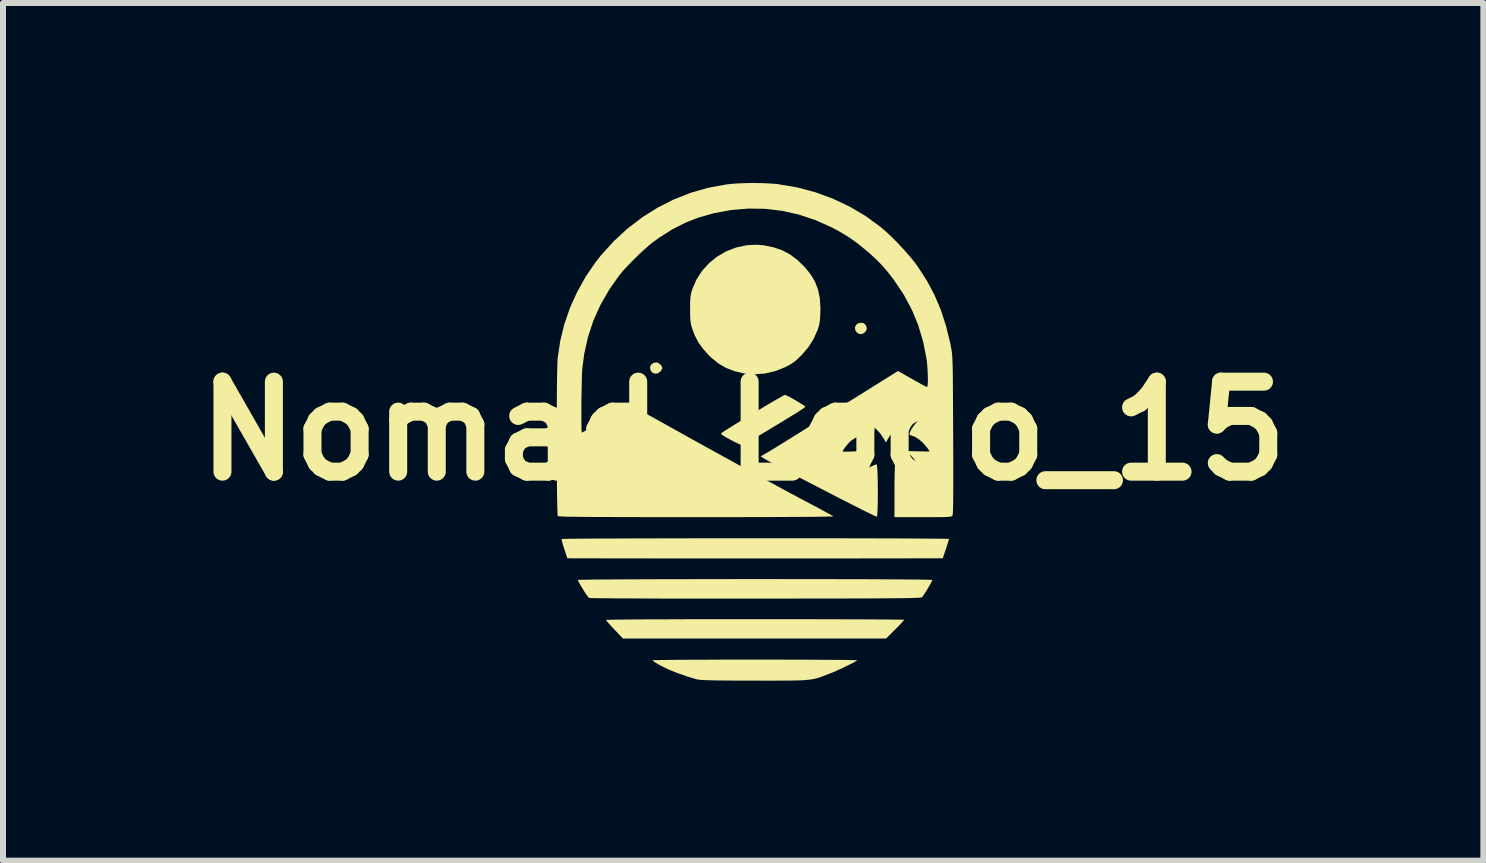
<source format=kicad_pcb>
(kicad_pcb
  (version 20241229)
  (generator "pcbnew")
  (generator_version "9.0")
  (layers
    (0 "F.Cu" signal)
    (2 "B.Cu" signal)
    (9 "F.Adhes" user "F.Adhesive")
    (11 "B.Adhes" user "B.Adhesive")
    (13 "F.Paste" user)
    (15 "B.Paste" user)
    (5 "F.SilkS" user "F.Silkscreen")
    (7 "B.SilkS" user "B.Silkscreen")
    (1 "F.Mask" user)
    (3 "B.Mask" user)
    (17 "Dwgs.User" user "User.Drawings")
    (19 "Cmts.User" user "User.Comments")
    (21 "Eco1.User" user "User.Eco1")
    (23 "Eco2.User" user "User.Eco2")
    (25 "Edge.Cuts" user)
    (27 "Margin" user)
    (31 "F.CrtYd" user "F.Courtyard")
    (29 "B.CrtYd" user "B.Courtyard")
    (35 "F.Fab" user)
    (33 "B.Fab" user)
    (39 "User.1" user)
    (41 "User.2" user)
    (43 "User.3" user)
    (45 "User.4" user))
  (footprint "Nomad_Logo_15"
    (layer "F.Cu")
    (at 9.336 4.132)
    (property "Reference" "Nomad_Logo_15" (at 0 0 0) (layer "F.SilkS") (effects (font (size 1.5 1.5) (thickness 0.3))))
    (attr board_only exclude_from_pos_files exclude_from_bom)
    (fp_poly (pts (xy 2.004 -1.797) (xy 2.033 -1.775) (xy 2.05 -1.749) (xy 2.059 -1.705) (xy 2.044 -1.662) (xy 2.011 -1.629) (xy 1.965 -1.613) (xy 1.953 -1.612) (xy 1.923 -1.622) (xy 1.893 -1.642) (xy 1.866 -1.684) (xy 1.863 -1.728) (xy 1.881 -1.768) (xy 1.918 -1.795) (xy 1.958 -1.803)) (stroke (width 0) (type solid)) (fill yes) (layer "F.SilkS"))
    (fp_poly (pts (xy -1.413 -1.132) (xy -1.377 -1.103) (xy -1.353 -1.069) (xy -1.348 -1.048) (xy -1.357 -1.025) (xy -1.377 -0.993) (xy -1.379 -0.991) (xy -1.42 -0.96) (xy -1.467 -0.954) (xy -1.513 -0.972) (xy -1.524 -0.982) (xy -1.55 -1.025) (xy -1.552 -1.069) (xy -1.532 -1.108) (xy -1.493 -1.135) (xy -1.449 -1.143)) (stroke (width 0) (type solid)) (fill yes) (layer "F.SilkS"))
    (fp_poly (pts (xy 0.465 3.137) (xy 0.725 3.137) (xy 0.975 3.137) (xy 1.214 3.138) (xy 1.44 3.138) (xy 1.652 3.139) (xy 1.849 3.139) (xy 2.029 3.14) (xy 2.19 3.141) (xy 2.331 3.142) (xy 2.45 3.143) (xy 2.547 3.144) (xy 2.618 3.145) (xy 2.664 3.146) (xy 2.682 3.148) (xy 2.682 3.148) (xy 2.672 3.162) (xy 2.645 3.192) (xy 2.605 3.235) (xy 2.554 3.287) (xy 2.532 3.309) (xy 2.381 3.459) (xy 0.188 3.459) (xy -2.005 3.459) (xy -2.146 3.311) (xy -2.197 3.256) (xy -2.239 3.209) (xy -2.27 3.173) (xy -2.285 3.152) (xy -2.286 3.15) (xy -2.272 3.148) (xy -2.229 3.147) (xy -2.16 3.145) (xy -2.064 3.144) (xy -1.944 3.143) (xy -1.8 3.141) (xy -1.633 3.14) (xy -1.445 3.139) (xy -1.237 3.139) (xy -1.01 3.138) (xy -0.765 3.137) (xy -0.503 3.137) (xy -0.226 3.137) (xy 0.066 3.137) (xy 0.198 3.137)) (stroke (width 0) (type solid)) (fill yes) (layer "F.SilkS"))
    (fp_poly (pts (xy 0.716 -0.594) (xy 0.754 -0.575) (xy 0.804 -0.549) (xy 0.86 -0.517) (xy 0.917 -0.484) (xy 0.968 -0.452) (xy 1.009 -0.426) (xy 1.032 -0.408) (xy 1.035 -0.403) (xy 1.023 -0.391) (xy 0.989 -0.367) (xy 0.939 -0.334) (xy 0.878 -0.294) (xy 0.843 -0.273) (xy 0.734 -0.207) (xy 0.623 -0.139) (xy 0.512 -0.072) (xy 0.405 -0.007) (xy 0.304 0.053) (xy 0.213 0.108) (xy 0.135 0.155) (xy 0.073 0.193) (xy 0.029 0.218) (xy 0.007 0.231) (xy 0.007 0.231) (xy -0.009 0.236) (xy -0.032 0.233) (xy -0.065 0.221) (xy -0.114 0.198) (xy -0.182 0.163) (xy -0.204 0.151) (xy -0.276 0.112) (xy -0.326 0.083) (xy -0.355 0.063) (xy -0.367 0.049) (xy -0.366 0.039) (xy -0.364 0.037) (xy -0.343 0.021) (xy -0.3 -0.007) (xy -0.24 -0.045) (xy -0.165 -0.092) (xy -0.079 -0.145) (xy 0.016 -0.203) (xy 0.115 -0.263) (xy 0.216 -0.323) (xy 0.315 -0.383) (xy 0.409 -0.439) (xy 0.495 -0.49) (xy 0.57 -0.533) (xy 0.63 -0.567) (xy 0.673 -0.591) (xy 0.694 -0.601) (xy 0.696 -0.601)) (stroke (width 0) (type solid)) (fill yes) (layer "F.SilkS"))
    (fp_poly (pts (xy 0.344 -3.093) (xy 0.507 -3.06) (xy 0.65 -3.011) (xy 0.78 -2.942) (xy 0.902 -2.85) (xy 1.017 -2.74) (xy 1.117 -2.619) (xy 1.193 -2.495) (xy 1.245 -2.363) (xy 1.276 -2.218) (xy 1.287 -2.056) (xy 1.286 -1.979) (xy 1.282 -1.892) (xy 1.276 -1.825) (xy 1.266 -1.769) (xy 1.251 -1.716) (xy 1.241 -1.686) (xy 1.173 -1.532) (xy 1.084 -1.393) (xy 0.97 -1.261) (xy 0.96 -1.251) (xy 0.895 -1.189) (xy 0.839 -1.143) (xy 0.78 -1.105) (xy 0.71 -1.068) (xy 0.702 -1.064) (xy 0.533 -0.997) (xy 0.36 -0.957) (xy 0.187 -0.944) (xy 0.017 -0.958) (xy 0.012 -0.959) (xy -0.145 -0.996) (xy -0.283 -1.049) (xy -0.408 -1.121) (xy -0.527 -1.217) (xy -0.572 -1.26) (xy -0.672 -1.371) (xy -0.75 -1.48) (xy -0.81 -1.598) (xy -0.846 -1.693) (xy -0.861 -1.742) (xy -0.872 -1.786) (xy -0.879 -1.831) (xy -0.883 -1.885) (xy -0.885 -1.955) (xy -0.885 -2.03) (xy -0.885 -2.118) (xy -0.883 -2.184) (xy -0.879 -2.236) (xy -0.872 -2.279) (xy -0.861 -2.322) (xy -0.846 -2.368) (xy -0.779 -2.524) (xy -0.686 -2.667) (xy -0.571 -2.795) (xy -0.437 -2.904) (xy -0.286 -2.992) (xy -0.286 -2.992) (xy -0.116 -3.058) (xy 0.057 -3.095) (xy 0.23 -3.104)) (stroke (width 0) (type solid)) (fill yes) (layer "F.SilkS"))
    (fp_poly (pts (xy 0.42 3.811) (xy 0.632 3.811) (xy 0.835 3.812) (xy 1.025 3.812) (xy 1.201 3.813) (xy 1.362 3.814) (xy 1.505 3.815) (xy 1.629 3.816) (xy 1.732 3.817) (xy 1.812 3.819) (xy 1.867 3.82) (xy 1.896 3.821) (xy 1.9 3.822) (xy 1.883 3.835) (xy 1.844 3.857) (xy 1.788 3.886) (xy 1.72 3.919) (xy 1.646 3.955) (xy 1.571 3.989) (xy 1.499 4.021) (xy 1.443 4.043) (xy 1.383 4.067) (xy 1.331 4.087) (xy 1.283 4.105) (xy 1.237 4.119) (xy 1.189 4.131) (xy 1.139 4.14) (xy 1.082 4.147) (xy 1.015 4.153) (xy 0.937 4.157) (xy 0.845 4.159) (xy 0.735 4.161) (xy 0.606 4.161) (xy 0.454 4.162) (xy 0.277 4.161) (xy 0.181 4.161) (xy -0.009 4.161) (xy -0.172 4.16) (xy -0.31 4.159) (xy -0.425 4.158) (xy -0.52 4.156) (xy -0.597 4.154) (xy -0.658 4.152) (xy -0.705 4.149) (xy -0.74 4.145) (xy -0.766 4.141) (xy -0.777 4.139) (xy -0.949 4.087) (xy -1.122 4.025) (xy -1.224 3.983) (xy -1.298 3.949) (xy -1.369 3.914) (xy -1.43 3.88) (xy -1.476 3.852) (xy -1.504 3.831) (xy -1.51 3.822) (xy -1.495 3.821) (xy -1.453 3.819) (xy -1.386 3.818) (xy -1.295 3.817) (xy -1.181 3.815) (xy -1.047 3.814) (xy -0.895 3.813) (xy -0.727 3.813) (xy -0.543 3.812) (xy -0.347 3.811) (xy -0.139 3.811) (xy 0.077 3.811) (xy 0.199 3.811)) (stroke (width 0) (type solid)) (fill yes) (layer "F.SilkS"))
    (fp_poly (pts (xy 0.573 2.469) (xy 0.919 2.47) (xy 1.238 2.47) (xy 1.529 2.47) (xy 1.793 2.471) (xy 2.032 2.471) (xy 2.246 2.472) (xy 2.435 2.473) (xy 2.6 2.474) (xy 2.742 2.475) (xy 2.862 2.476) (xy 2.96 2.477) (xy 3.037 2.479) (xy 3.094 2.48) (xy 3.131 2.482) (xy 3.149 2.484) (xy 3.151 2.485) (xy 3.144 2.505) (xy 3.124 2.542) (xy 3.097 2.59) (xy 3.065 2.644) (xy 3.033 2.695) (xy 3.005 2.738) (xy 2.984 2.766) (xy 2.981 2.77) (xy 2.976 2.773) (xy 2.965 2.775) (xy 2.948 2.778) (xy 2.922 2.78) (xy 2.888 2.781) (xy 2.843 2.783) (xy 2.787 2.785) (xy 2.717 2.786) (xy 2.634 2.787) (xy 2.536 2.788) (xy 2.421 2.789) (xy 2.288 2.79) (xy 2.137 2.791) (xy 1.966 2.792) (xy 1.773 2.792) (xy 1.558 2.793) (xy 1.32 2.793) (xy 1.056 2.793) (xy 0.767 2.794) (xy 0.45 2.794) (xy 0.207 2.794) (xy -0.122 2.794) (xy -0.435 2.794) (xy -0.73 2.794) (xy -1.006 2.794) (xy -1.264 2.794) (xy -1.501 2.793) (xy -1.717 2.792) (xy -1.91 2.791) (xy -2.081 2.791) (xy -2.227 2.789) (xy -2.349 2.788) (xy -2.445 2.787) (xy -2.515 2.786) (xy -2.556 2.784) (xy -2.569 2.783) (xy -2.585 2.766) (xy -2.611 2.73) (xy -2.644 2.682) (xy -2.678 2.627) (xy -2.71 2.574) (xy -2.736 2.527) (xy -2.752 2.494) (xy -2.755 2.484) (xy -2.741 2.482) (xy -2.698 2.48) (xy -2.626 2.479) (xy -2.527 2.477) (xy -2.4 2.476) (xy -2.247 2.475) (xy -2.068 2.474) (xy -1.864 2.473) (xy -1.634 2.472) (xy -1.38 2.471) (xy -1.102 2.471) (xy -0.801 2.47) (xy -0.477 2.47) (xy -0.131 2.469) (xy 0.198 2.469)) (stroke (width 0) (type solid)) (fill yes) (layer "F.SilkS"))
    (fp_poly (pts (xy 0.694 1.788) (xy 0.956 1.788) (xy 1.213 1.789) (xy 1.464 1.789) (xy 1.707 1.789) (xy 1.941 1.79) (xy 2.164 1.79) (xy 2.374 1.791) (xy 2.57 1.791) (xy 2.75 1.792) (xy 2.912 1.793) (xy 3.055 1.794) (xy 3.178 1.795) (xy 3.278 1.796) (xy 3.354 1.797) (xy 3.405 1.798) (xy 3.428 1.799) (xy 3.43 1.8) (xy 3.425 1.818) (xy 3.413 1.857) (xy 3.396 1.912) (xy 3.379 1.965) (xy 3.358 2.027) (xy 3.341 2.077) (xy 3.33 2.111) (xy 3.327 2.122) (xy 3.313 2.122) (xy 3.27 2.122) (xy 3.201 2.123) (xy 3.107 2.123) (xy 2.989 2.123) (xy 2.848 2.123) (xy 2.686 2.124) (xy 2.504 2.124) (xy 2.303 2.124) (xy 2.085 2.124) (xy 1.852 2.125) (xy 1.603 2.125) (xy 1.342 2.125) (xy 1.069 2.125) (xy 0.785 2.125) (xy 0.492 2.125) (xy 0.198 2.125) (xy -0.103 2.125) (xy -0.396 2.125) (xy -0.679 2.125) (xy -0.952 2.125) (xy -1.213 2.125) (xy -1.461 2.125) (xy -1.695 2.124) (xy -1.912 2.124) (xy -2.112 2.124) (xy -2.294 2.124) (xy -2.456 2.123) (xy -2.596 2.123) (xy -2.714 2.123) (xy -2.807 2.123) (xy -2.876 2.122) (xy -2.918 2.122) (xy -2.931 2.122) (xy -2.936 2.107) (xy -2.948 2.071) (xy -2.965 2.018) (xy -2.983 1.966) (xy -3.003 1.903) (xy -3.017 1.851) (xy -3.025 1.814) (xy -3.026 1.801) (xy -3.01 1.8) (xy -2.968 1.799) (xy -2.899 1.797) (xy -2.805 1.796) (xy -2.689 1.795) (xy -2.552 1.794) (xy -2.395 1.793) (xy -2.22 1.793) (xy -2.029 1.792) (xy -1.823 1.791) (xy -1.604 1.791) (xy -1.373 1.79) (xy -1.132 1.79) (xy -0.883 1.789) (xy -0.628 1.789) (xy -0.367 1.789) (xy -0.103 1.788) (xy 0.163 1.788) (xy 0.429 1.788)) (stroke (width 0) (type solid)) (fill yes) (layer "F.SilkS"))
    (fp_poly (pts (xy 0.291 -4.131) (xy 0.432 -4.125) (xy 0.556 -4.116) (xy 0.587 -4.112) (xy 0.898 -4.059) (xy 1.2 -3.979) (xy 1.492 -3.872) (xy 1.772 -3.74) (xy 2.038 -3.583) (xy 2.287 -3.401) (xy 2.295 -3.395) (xy 2.384 -3.318) (xy 2.484 -3.224) (xy 2.588 -3.118) (xy 2.69 -3.008) (xy 2.785 -2.899) (xy 2.867 -2.798) (xy 2.909 -2.74) (xy 3.059 -2.507) (xy 3.187 -2.268) (xy 3.293 -2.018) (xy 3.379 -1.754) (xy 3.449 -1.469) (xy 3.461 -1.407) (xy 3.467 -1.377) (xy 3.472 -1.349) (xy 3.476 -1.319) (xy 3.48 -1.286) (xy 3.483 -1.248) (xy 3.486 -1.204) (xy 3.488 -1.15) (xy 3.49 -1.085) (xy 3.492 -1.006) (xy 3.493 -0.913) (xy 3.494 -0.802) (xy 3.495 -0.672) (xy 3.496 -0.521) (xy 3.497 -0.347) (xy 3.498 -0.147) (xy 3.499 0.069) (xy 3.5 0.316) (xy 3.501 0.536) (xy 3.501 0.728) (xy 3.501 0.894) (xy 3.5 1.035) (xy 3.499 1.152) (xy 3.498 1.245) (xy 3.496 1.316) (xy 3.494 1.366) (xy 3.491 1.396) (xy 3.489 1.406) (xy 3.484 1.414) (xy 3.476 1.421) (xy 3.462 1.426) (xy 3.44 1.43) (xy 3.405 1.433) (xy 3.356 1.435) (xy 3.288 1.436) (xy 3.2 1.436) (xy 3.087 1.436) (xy 2.997 1.436) (xy 2.521 1.436) (xy 2.521 0.997) (xy 2.521 0.887) (xy 2.523 0.786) (xy 2.524 0.7) (xy 2.527 0.631) (xy 2.529 0.583) (xy 2.533 0.559) (xy 2.534 0.557) (xy 2.571 0.565) (xy 2.628 0.588) (xy 2.699 0.624) (xy 2.779 0.67) (xy 2.796 0.68) (xy 2.866 0.723) (xy 2.915 0.752) (xy 2.946 0.767) (xy 2.964 0.77) (xy 2.973 0.762) (xy 2.975 0.744) (xy 2.975 0.729) (xy 2.965 0.671) (xy 2.935 0.6) (xy 2.89 0.525) (xy 2.833 0.452) (xy 2.804 0.42) (xy 2.719 0.335) (xy 2.913 0.34) (xy 2.985 0.341) (xy 3.044 0.342) (xy 3.087 0.342) (xy 3.106 0.341) (xy 3.107 0.34) (xy 3.099 0.327) (xy 3.078 0.297) (xy 3.048 0.257) (xy 3.047 0.256) (xy 2.992 0.194) (xy 2.929 0.14) (xy 2.866 0.099) (xy 2.81 0.078) (xy 2.781 0.068) (xy 2.77 0.056) (xy 2.779 0.019) (xy 2.804 -0.03) (xy 2.839 -0.083) (xy 2.867 -0.117) (xy 2.923 -0.18) (xy 2.859 -0.169) (xy 2.727 -0.136) (xy 2.618 -0.086) (xy 2.525 -0.016) (xy 2.447 0.077) (xy 2.411 0.135) (xy 2.378 0.192) (xy 2.334 0.115) (xy 2.28 0.037) (xy 2.212 -0.035) (xy 2.137 -0.092) (xy 2.089 -0.119) (xy 2.045 -0.135) (xy 1.992 -0.151) (xy 1.94 -0.163) (xy 1.896 -0.17) (xy 1.869 -0.171) (xy 1.864 -0.169) (xy 1.869 -0.155) (xy 1.889 -0.128) (xy 1.903 -0.11) (xy 1.94 -0.063) (xy 1.973 -0.011) (xy 1.979 0.001) (xy 1.996 0.037) (xy 2 0.056) (xy 1.991 0.064) (xy 1.983 0.067) (xy 1.913 0.095) (xy 1.843 0.132) (xy 1.791 0.168) (xy 1.762 0.196) (xy 1.729 0.235) (xy 1.696 0.276) (xy 1.67 0.313) (xy 1.657 0.338) (xy 1.656 0.342) (xy 1.67 0.344) (xy 1.707 0.345) (xy 1.763 0.344) (xy 1.832 0.342) (xy 1.846 0.341) (xy 2.036 0.333) (xy 1.951 0.42) (xy 1.904 0.473) (xy 1.861 0.532) (xy 1.83 0.583) (xy 1.829 0.587) (xy 1.806 0.641) (xy 1.788 0.693) (xy 1.778 0.738) (xy 1.775 0.768) (xy 1.781 0.777) (xy 1.798 0.77) (xy 1.834 0.751) (xy 1.883 0.725) (xy 1.91 0.709) (xy 1.986 0.667) (xy 2.059 0.628) (xy 2.126 0.595) (xy 2.179 0.571) (xy 2.215 0.558) (xy 2.224 0.557) (xy 2.229 0.571) (xy 2.233 0.61) (xy 2.237 0.669) (xy 2.24 0.745) (xy 2.242 0.832) (xy 2.243 0.927) (xy 2.244 1.024) (xy 2.243 1.12) (xy 2.242 1.211) (xy 2.24 1.291) (xy 2.237 1.357) (xy 2.233 1.404) (xy 2.229 1.427) (xy 2.228 1.429) (xy 2.212 1.424) (xy 2.174 1.407) (xy 2.115 1.378) (xy 2.037 1.34) (xy 1.943 1.293) (xy 1.836 1.239) (xy 1.718 1.179) (xy 1.592 1.115) (xy 1.46 1.047) (xy 1.325 0.977) (xy 1.189 0.907) (xy 1.054 0.837) (xy 0.924 0.769) (xy 0.801 0.705) (xy 0.687 0.644) (xy 0.584 0.59) (xy 0.496 0.543) (xy 0.425 0.504) (xy 0.373 0.474) (xy 0.347 0.459) (xy 0.291 0.423) (xy 0.413 0.353) (xy 0.453 0.329) (xy 0.515 0.291) (xy 0.594 0.243) (xy 0.687 0.185) (xy 0.79 0.121) (xy 0.9 0.053) (xy 1.013 -0.018) (xy 1.019 -0.022) (xy 1.147 -0.102) (xy 1.293 -0.194) (xy 1.45 -0.293) (xy 1.613 -0.394) (xy 1.773 -0.495) (xy 1.925 -0.59) (xy 2.041 -0.662) (xy 2.579 -0.999) (xy 2.814 -0.866) (xy 2.889 -0.824) (xy 2.956 -0.787) (xy 3.01 -0.758) (xy 3.048 -0.739) (xy 3.063 -0.733) (xy 3.071 -0.747) (xy 3.075 -0.784) (xy 3.078 -0.84) (xy 3.077 -0.91) (xy 3.074 -0.988) (xy 3.069 -1.068) (xy 3.062 -1.147) (xy 3.055 -1.2) (xy 2.999 -1.487) (xy 2.917 -1.761) (xy 2.81 -2.022) (xy 2.675 -2.272) (xy 2.513 -2.514) (xy 2.5 -2.532) (xy 2.409 -2.649) (xy 2.322 -2.751) (xy 2.232 -2.844) (xy 2.129 -2.94) (xy 2.066 -2.995) (xy 1.909 -3.123) (xy 1.756 -3.232) (xy 1.595 -3.329) (xy 1.472 -3.394) (xy 1.203 -3.514) (xy 0.928 -3.606) (xy 0.649 -3.668) (xy 0.367 -3.702) (xy 0.083 -3.706) (xy -0.203 -3.682) (xy -0.489 -3.629) (xy -0.755 -3.553) (xy -0.967 -3.469) (xy -1.183 -3.359) (xy -1.396 -3.224) (xy -1.492 -3.155) (xy -1.564 -3.098) (xy -1.649 -3.023) (xy -1.741 -2.938) (xy -1.833 -2.847) (xy -1.921 -2.757) (xy -1.998 -2.674) (xy -2.058 -2.602) (xy -2.059 -2.602) (xy -2.232 -2.357) (xy -2.378 -2.103) (xy -2.497 -1.839) (xy -2.587 -1.565) (xy -2.65 -1.281) (xy -2.682 -1.041) (xy -2.685 -0.993) (xy -2.688 -0.924) (xy -2.69 -0.84) (xy -2.692 -0.744) (xy -2.694 -0.639) (xy -2.696 -0.531) (xy -2.697 -0.421) (xy -2.697 -0.315) (xy -2.697 -0.217) (xy -2.697 -0.13) (xy -2.695 -0.058) (xy -2.694 -0.005) (xy -2.691 0.024) (xy -2.69 0.029) (xy -2.676 0.022) (xy -2.64 0.001) (xy -2.586 -0.031) (xy -2.516 -0.073) (xy -2.434 -0.123) (xy -2.342 -0.178) (xy -2.31 -0.198) (xy -2.215 -0.255) (xy -2.128 -0.308) (xy -2.051 -0.354) (xy -1.988 -0.392) (xy -1.943 -0.418) (xy -1.918 -0.432) (xy -1.915 -0.433) (xy -1.897 -0.429) (xy -1.854 -0.41) (xy -1.79 -0.378) (xy -1.705 -0.333) (xy -1.601 -0.278) (xy -1.479 -0.211) (xy -1.36 -0.145) (xy -1.229 -0.072) (xy -1.114 -0.008) (xy -1.011 0.049) (xy -0.917 0.102) (xy -0.827 0.152) (xy -0.738 0.201) (xy -0.645 0.253) (xy -0.546 0.307) (xy -0.437 0.368) (xy -0.313 0.436) (xy -0.171 0.514) (xy -0.007 0.604) (xy 0.158 0.696) (xy 0.304 0.775) (xy 0.433 0.846) (xy 0.551 0.91) (xy 0.663 0.971) (xy 0.774 1.031) (xy 0.889 1.092) (xy 1.012 1.157) (xy 1.148 1.23) (xy 1.151 1.231) (xy 1.242 1.279) (xy 1.325 1.324) (xy 1.396 1.363) (xy 1.452 1.393) (xy 1.488 1.414) (xy 1.502 1.423) (xy 1.489 1.425) (xy 1.448 1.426) (xy 1.379 1.428) (xy 1.284 1.429) (xy 1.163 1.431) (xy 1.016 1.432) (xy 0.846 1.433) (xy 0.652 1.434) (xy 0.436 1.435) (xy 0.198 1.435) (xy -0.061 1.436) (xy -0.339 1.436) (xy -0.637 1.436) (xy -0.778 1.436) (xy -1.097 1.436) (xy -1.388 1.436) (xy -1.652 1.436) (xy -1.889 1.435) (xy -2.101 1.435) (xy -2.29 1.434) (xy -2.455 1.434) (xy -2.599 1.433) (xy -2.722 1.431) (xy -2.825 1.43) (xy -2.91 1.429) (xy -2.976 1.427) (xy -3.027 1.425) (xy -3.062 1.423) (xy -3.083 1.421) (xy -3.09 1.419) (xy -3.093 1.401) (xy -3.095 1.357) (xy -3.098 1.289) (xy -3.1 1.199) (xy -3.102 1.09) (xy -3.104 0.964) (xy -3.105 0.825) (xy -3.106 0.674) (xy -3.107 0.514) (xy -3.108 0.347) (xy -3.108 0.177) (xy -3.108 0.006) (xy -3.108 -0.164) (xy -3.107 -0.33) (xy -3.106 -0.49) (xy -3.105 -0.64) (xy -3.104 -0.779) (xy -3.102 -0.905) (xy -3.1 -1.013) (xy -3.097 -1.102) (xy -3.095 -1.17) (xy -3.092 -1.209) (xy -3.051 -1.492) (xy -2.983 -1.773) (xy -2.888 -2.049) (xy -2.767 -2.317) (xy -2.623 -2.575) (xy -2.456 -2.818) (xy -2.367 -2.931) (xy -2.155 -3.164) (xy -1.927 -3.374) (xy -1.683 -3.56) (xy -1.426 -3.722) (xy -1.157 -3.858) (xy -0.876 -3.969) (xy -0.586 -4.052) (xy -0.287 -4.107) (xy -0.259 -4.111) (xy -0.142 -4.122) (xy -0.005 -4.129) (xy 0.142 -4.132)) (stroke (width 0) (type solid)) (fill yes) (layer "F.SilkS")))
  (gr_rect
    (start -3 -3)
    (end 21.671 11.294)
    (stroke (width 0.1) (type default))
    (fill no)
    (layer "Edge.Cuts")))
</source>
